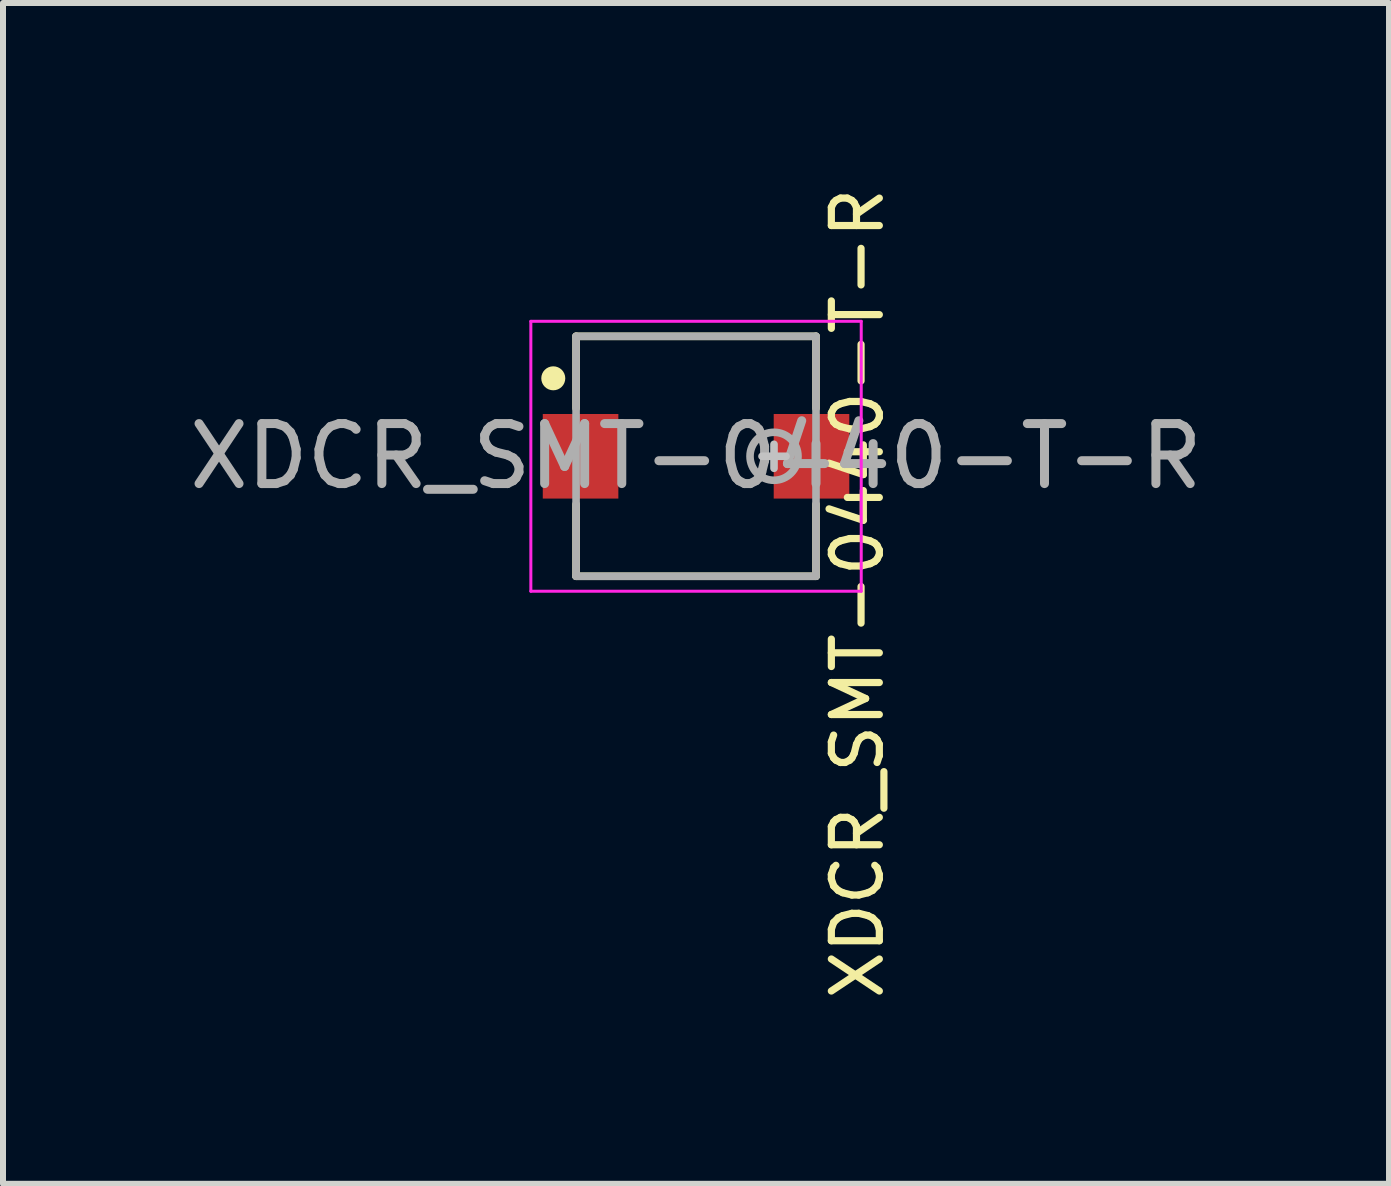
<source format=kicad_pcb>
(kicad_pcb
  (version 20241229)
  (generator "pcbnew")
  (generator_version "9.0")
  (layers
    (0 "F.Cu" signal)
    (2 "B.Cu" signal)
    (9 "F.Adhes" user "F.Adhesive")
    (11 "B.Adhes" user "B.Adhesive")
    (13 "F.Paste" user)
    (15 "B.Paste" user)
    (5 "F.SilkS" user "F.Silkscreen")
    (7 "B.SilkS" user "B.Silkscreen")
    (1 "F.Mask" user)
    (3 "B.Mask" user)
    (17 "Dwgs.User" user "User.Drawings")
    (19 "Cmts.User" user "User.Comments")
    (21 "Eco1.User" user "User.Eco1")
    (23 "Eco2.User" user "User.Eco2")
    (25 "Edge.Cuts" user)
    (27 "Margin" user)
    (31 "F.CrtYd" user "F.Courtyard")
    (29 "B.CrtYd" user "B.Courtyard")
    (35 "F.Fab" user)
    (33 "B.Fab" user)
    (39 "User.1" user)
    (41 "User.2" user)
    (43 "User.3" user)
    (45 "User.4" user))
  (footprint "XDCR_SMT-0440-T-R"
    (layer "F.Cu")
    (at 8.554 4.557)
    (property "Reference" "XDCR_SMT-0440-T-R" (at 2.692 2.286 90) (layer "F.SilkS") (effects (font (size 0.8 0.8) (thickness 0.12))))
    (attr smd)
    (fp_line (start -2 -2) (end 2 -2) (stroke (width 0.127) (type solid)) (layer "F.SilkS"))
    (fp_line (start -2 -0.8) (end -2 -2) (stroke (width 0.127) (type solid)) (layer "F.SilkS"))
    (fp_line (start -2 2) (end -2 0.8) (stroke (width 0.127) (type solid)) (layer "F.SilkS"))
    (fp_line (start 2 -2) (end 2 -0.8) (stroke (width 0.127) (type solid)) (layer "F.SilkS"))
    (fp_line (start 2 0.8) (end 2 2) (stroke (width 0.127) (type solid)) (layer "F.SilkS"))
    (fp_line (start 2 2) (end -2 2) (stroke (width 0.127) (type solid)) (layer "F.SilkS"))
    (fp_circle (center -2.38 -1.3) (end -2.28 -1.3) (stroke (width 0.2) (type solid)) (fill no) (layer "F.SilkS"))
    (fp_line (start 1.1 0) (end 1.5 0) (stroke (width 0.127) (type solid)) (layer "Dwgs.User"))
    (fp_line (start 1.3 -0.2) (end 1.3 0.2) (stroke (width 0.127) (type solid)) (layer "Dwgs.User"))
    (fp_line (start -2.754 -2.25) (end 2.754 -2.25) (stroke (width 0.05) (type solid)) (layer "F.CrtYd"))
    (fp_line (start -2.754 2.25) (end -2.754 -2.25) (stroke (width 0.05) (type solid)) (layer "F.CrtYd"))
    (fp_line (start 2.754 -2.25) (end 2.754 2.25) (stroke (width 0.05) (type solid)) (layer "F.CrtYd"))
    (fp_line (start 2.754 2.25) (end -2.754 2.25) (stroke (width 0.05) (type solid)) (layer "F.CrtYd"))
    (fp_line (start -2 -2) (end 2 -2) (stroke (width 0.127) (type solid)) (layer "F.Fab"))
    (fp_line (start -2 2) (end -2 -2) (stroke (width 0.127) (type solid)) (layer "F.Fab"))
    (fp_line (start 2 -2) (end 2 2) (stroke (width 0.127) (type solid)) (layer "F.Fab"))
    (fp_line (start 2 2) (end -2 2) (stroke (width 0.127) (type solid)) (layer "F.Fab"))
    (fp_circle (center 1.3 0) (end 1.7 0) (stroke (width 0.127) (type solid)) (fill no) (layer "F.Fab"))
    (fp_text user "${REFERENCE}" (at 0 0 0) (layer "F.Fab") (effects (font (size 1 1) (thickness 0.15))))
    (pad "1" smd rect (at -1.925 0) (size 1.26 1.41) (layers "F.Cu" "F.Mask" "F.Paste"))
    (pad "2" smd rect (at 1.925 0) (size 1.26 1.41) (layers "F.Cu" "F.Mask" "F.Paste")))
  (gr_rect
    (start -3 -3)
    (end 20.107 16.686)
    (stroke (width 0.1) (type default))
    (fill no)
    (layer "Edge.Cuts")))
</source>
